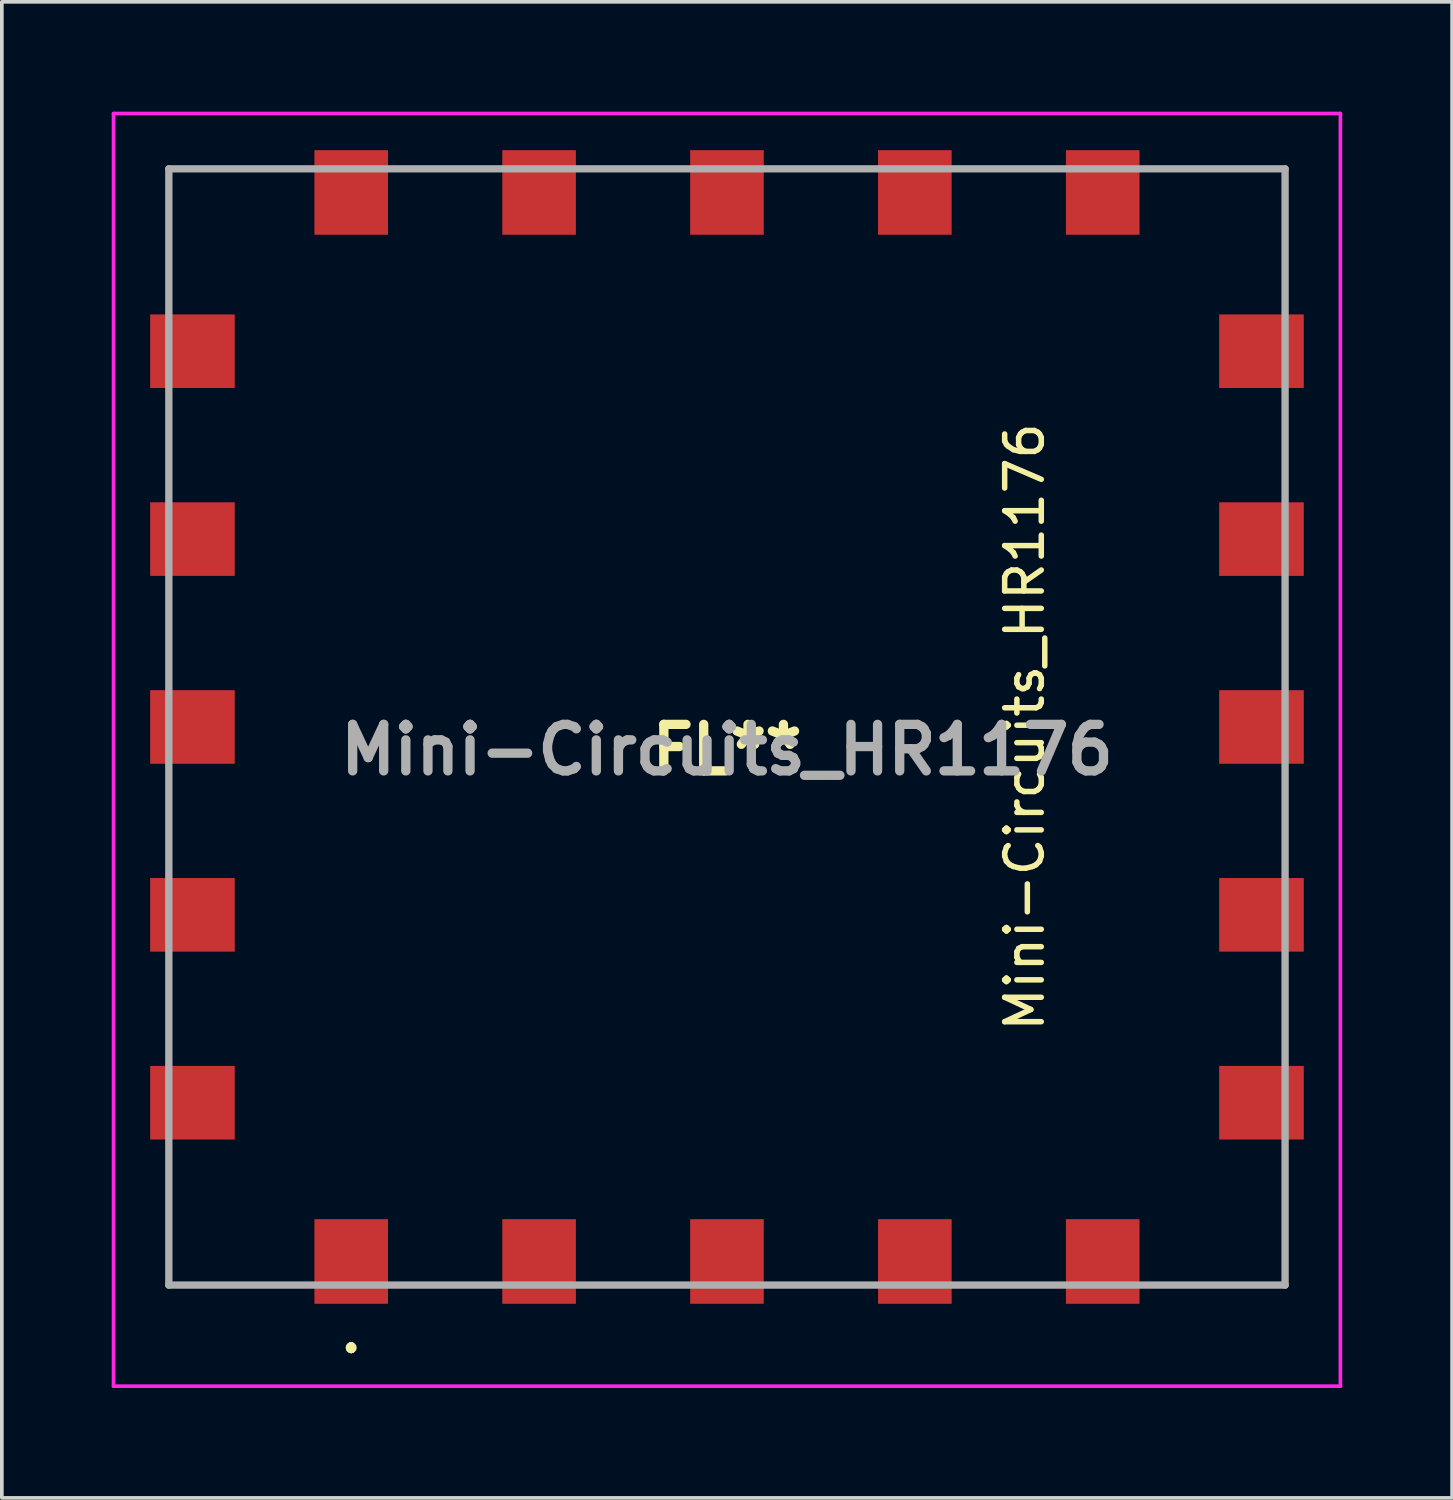
<source format=kicad_pcb>
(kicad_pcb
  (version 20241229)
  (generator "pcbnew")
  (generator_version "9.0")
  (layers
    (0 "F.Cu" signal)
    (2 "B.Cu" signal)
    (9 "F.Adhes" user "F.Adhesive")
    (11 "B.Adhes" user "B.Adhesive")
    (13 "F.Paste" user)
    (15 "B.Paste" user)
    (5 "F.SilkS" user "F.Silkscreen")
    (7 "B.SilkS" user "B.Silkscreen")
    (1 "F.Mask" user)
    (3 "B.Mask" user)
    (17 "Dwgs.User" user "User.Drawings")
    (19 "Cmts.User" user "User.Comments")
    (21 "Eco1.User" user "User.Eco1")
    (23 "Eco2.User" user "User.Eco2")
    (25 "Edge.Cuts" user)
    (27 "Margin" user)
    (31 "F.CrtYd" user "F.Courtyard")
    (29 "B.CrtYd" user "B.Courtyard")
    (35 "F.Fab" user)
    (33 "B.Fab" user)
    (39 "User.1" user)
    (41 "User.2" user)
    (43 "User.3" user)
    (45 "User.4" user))
  (footprint "Mini-Circuits_HR1176"
    (layer "F.Cu")
    (at 16.8 16.8)
    (property "Reference" "Mini-Circuits_HR1176" (at 8.128 0 270) (layer "F.SilkS") (effects (font (size 1 1) (thickness 0.15))))
    (attr smd)
    (fp_line (start -15.25 -15.24) (end -15.25 -12) (stroke (width 0.1) (type solid)) (layer "F.SilkS"))
    (fp_line (start -15.25 -12) (end -15.24 -12) (stroke (width 0.1) (type solid)) (layer "F.SilkS"))
    (fp_line (start -15.25 12) (end -15.25 12) (stroke (width 0.1) (type solid)) (layer "F.SilkS"))
    (fp_line (start -15.25 12) (end -15.25 15.25) (stroke (width 0.1) (type solid)) (layer "F.SilkS"))
    (fp_line (start -15.25 15.25) (end -15.25 12) (stroke (width 0.1) (type solid)) (layer "F.SilkS"))
    (fp_line (start -15.25 15.25) (end -15.25 15.25) (stroke (width 0.1) (type solid)) (layer "F.SilkS"))
    (fp_line (start -15.25 15.25) (end -15.25 15.25) (stroke (width 0.1) (type solid)) (layer "F.SilkS"))
    (fp_line (start -15.25 15.25) (end -12 15.25) (stroke (width 0.1) (type solid)) (layer "F.SilkS"))
    (fp_line (start -15.24 -15.24) (end -15.25 -15.24) (stroke (width 0.1) (type solid)) (layer "F.SilkS"))
    (fp_line (start -15.24 -15.24) (end -15.24 -15.24) (stroke (width 0.1) (type solid)) (layer "F.SilkS"))
    (fp_line (start -15.24 -15.24) (end -12 -15.24) (stroke (width 0.1) (type solid)) (layer "F.SilkS"))
    (fp_line (start -15.24 -12) (end -15.24 -15.24) (stroke (width 0.1) (type solid)) (layer "F.SilkS"))
    (fp_line (start -15.24 -8.75) (end -15.24 -8.75) (stroke (width 0.1) (type solid)) (layer "F.SilkS"))
    (fp_line (start -15.24 -8.75) (end -15.24 -6.75) (stroke (width 0.1) (type solid)) (layer "F.SilkS"))
    (fp_line (start -15.24 -6.75) (end -15.24 -8.75) (stroke (width 0.1) (type solid)) (layer "F.SilkS"))
    (fp_line (start -15.24 -6.75) (end -15.24 -6.75) (stroke (width 0.1) (type solid)) (layer "F.SilkS"))
    (fp_line (start -15.24 -3.5) (end -15.24 -3.5) (stroke (width 0.1) (type solid)) (layer "F.SilkS"))
    (fp_line (start -15.24 -3.5) (end -15.24 -1.75) (stroke (width 0.1) (type solid)) (layer "F.SilkS"))
    (fp_line (start -15.24 -1.75) (end -15.24 -3.5) (stroke (width 0.1) (type solid)) (layer "F.SilkS"))
    (fp_line (start -15.24 -1.75) (end -15.24 -1.75) (stroke (width 0.1) (type solid)) (layer "F.SilkS"))
    (fp_line (start -15.24 1.75) (end -15.24 1.75) (stroke (width 0.1) (type solid)) (layer "F.SilkS"))
    (fp_line (start -15.24 1.75) (end -15.24 3.5) (stroke (width 0.1) (type solid)) (layer "F.SilkS"))
    (fp_line (start -15.24 3.5) (end -15.24 1.75) (stroke (width 0.1) (type solid)) (layer "F.SilkS"))
    (fp_line (start -15.24 3.5) (end -15.24 3.5) (stroke (width 0.1) (type solid)) (layer "F.SilkS"))
    (fp_line (start -15.24 6.75) (end -15.24 6.75) (stroke (width 0.1) (type solid)) (layer "F.SilkS"))
    (fp_line (start -15.24 6.75) (end -15.24 8.75) (stroke (width 0.1) (type solid)) (layer "F.SilkS"))
    (fp_line (start -15.24 8.75) (end -15.24 6.75) (stroke (width 0.1) (type solid)) (layer "F.SilkS"))
    (fp_line (start -15.24 8.75) (end -15.24 8.75) (stroke (width 0.1) (type solid)) (layer "F.SilkS"))
    (fp_line (start -12 -15.24) (end -15.24 -15.24) (stroke (width 0.1) (type solid)) (layer "F.SilkS"))
    (fp_line (start -12 -15.24) (end -12 -15.24) (stroke (width 0.1) (type solid)) (layer "F.SilkS"))
    (fp_line (start -12 15.25) (end -15.25 15.25) (stroke (width 0.1) (type solid)) (layer "F.SilkS"))
    (fp_line (start -12 15.25) (end -12 15.25) (stroke (width 0.1) (type solid)) (layer "F.SilkS"))
    (fp_line (start -10.26 16.9) (end -10.26 16.9) (stroke (width 0.2) (type solid)) (layer "F.SilkS"))
    (fp_line (start -10.26 16.9) (end -10.26 16.9) (stroke (width 0.2) (type solid)) (layer "F.SilkS"))
    (fp_line (start -10.26 17) (end -10.26 17) (stroke (width 0.2) (type solid)) (layer "F.SilkS"))
    (fp_line (start -8.75 -15.24) (end -8.75 -15.24) (stroke (width 0.1) (type solid)) (layer "F.SilkS"))
    (fp_line (start -8.75 -15.24) (end -6.75 -15.24) (stroke (width 0.1) (type solid)) (layer "F.SilkS"))
    (fp_line (start -8.75 15.24) (end -8.75 15.24) (stroke (width 0.1) (type solid)) (layer "F.SilkS"))
    (fp_line (start -8.75 15.24) (end -6.75 15.24) (stroke (width 0.1) (type solid)) (layer "F.SilkS"))
    (fp_line (start -6.75 -15.24) (end -8.75 -15.24) (stroke (width 0.1) (type solid)) (layer "F.SilkS"))
    (fp_line (start -6.75 -15.24) (end -6.75 -15.24) (stroke (width 0.1) (type solid)) (layer "F.SilkS"))
    (fp_line (start -6.75 15.24) (end -8.75 15.24) (stroke (width 0.1) (type solid)) (layer "F.SilkS"))
    (fp_line (start -6.75 15.24) (end -6.75 15.24) (stroke (width 0.1) (type solid)) (layer "F.SilkS"))
    (fp_line (start -3.5 -15.24) (end -3.5 -15.24) (stroke (width 0.1) (type solid)) (layer "F.SilkS"))
    (fp_line (start -3.5 -15.24) (end -1.75 -15.24) (stroke (width 0.1) (type solid)) (layer "F.SilkS"))
    (fp_line (start -3.5 15.25) (end -3.5 15.25) (stroke (width 0.1) (type solid)) (layer "F.SilkS"))
    (fp_line (start -3.5 15.25) (end -1.75 15.25) (stroke (width 0.1) (type solid)) (layer "F.SilkS"))
    (fp_line (start -1.75 -15.24) (end -3.5 -15.24) (stroke (width 0.1) (type solid)) (layer "F.SilkS"))
    (fp_line (start -1.75 -15.24) (end -1.75 -15.24) (stroke (width 0.1) (type solid)) (layer "F.SilkS"))
    (fp_line (start -1.75 15.25) (end -3.5 15.25) (stroke (width 0.1) (type solid)) (layer "F.SilkS"))
    (fp_line (start -1.75 15.25) (end -1.75 15.25) (stroke (width 0.1) (type solid)) (layer "F.SilkS"))
    (fp_line (start 1.75 -15.24) (end 1.75 -15.24) (stroke (width 0.1) (type solid)) (layer "F.SilkS"))
    (fp_line (start 1.75 -15.24) (end 3.5 -15.24) (stroke (width 0.1) (type solid)) (layer "F.SilkS"))
    (fp_line (start 1.75 15.25) (end 1.75 15.25) (stroke (width 0.1) (type solid)) (layer "F.SilkS"))
    (fp_line (start 1.75 15.25) (end 3.5 15.25) (stroke (width 0.1) (type solid)) (layer "F.SilkS"))
    (fp_line (start 3.5 -15.24) (end 1.75 -15.24) (stroke (width 0.1) (type solid)) (layer "F.SilkS"))
    (fp_line (start 3.5 -15.24) (end 3.5 -15.24) (stroke (width 0.1) (type solid)) (layer "F.SilkS"))
    (fp_line (start 3.5 15.25) (end 1.75 15.25) (stroke (width 0.1) (type solid)) (layer "F.SilkS"))
    (fp_line (start 3.5 15.25) (end 3.5 15.25) (stroke (width 0.1) (type solid)) (layer "F.SilkS"))
    (fp_line (start 6.75 -15.24) (end 6.75 -15.24) (stroke (width 0.1) (type solid)) (layer "F.SilkS"))
    (fp_line (start 6.75 -15.24) (end 8.75 -15.24) (stroke (width 0.1) (type solid)) (layer "F.SilkS"))
    (fp_line (start 6.75 15.24) (end 6.75 15.24) (stroke (width 0.1) (type solid)) (layer "F.SilkS"))
    (fp_line (start 6.75 15.24) (end 8.5 15.24) (stroke (width 0.1) (type solid)) (layer "F.SilkS"))
    (fp_line (start 8.5 15.24) (end 6.75 15.24) (stroke (width 0.1) (type solid)) (layer "F.SilkS"))
    (fp_line (start 8.5 15.24) (end 8.5 15.24) (stroke (width 0.1) (type solid)) (layer "F.SilkS"))
    (fp_line (start 8.75 -15.24) (end 6.75 -15.24) (stroke (width 0.1) (type solid)) (layer "F.SilkS"))
    (fp_line (start 8.75 -15.24) (end 8.75 -15.24) (stroke (width 0.1) (type solid)) (layer "F.SilkS"))
    (fp_line (start 12 -15.25) (end 15.24 -15.25) (stroke (width 0.1) (type solid)) (layer "F.SilkS"))
    (fp_line (start 12 -15.24) (end 12 -15.25) (stroke (width 0.1) (type solid)) (layer "F.SilkS"))
    (fp_line (start 12 15.25) (end 12 15.25) (stroke (width 0.1) (type solid)) (layer "F.SilkS"))
    (fp_line (start 12 15.25) (end 15.25 15.25) (stroke (width 0.1) (type solid)) (layer "F.SilkS"))
    (fp_line (start 15.24 -15.25) (end 15.24 -15.24) (stroke (width 0.1) (type solid)) (layer "F.SilkS"))
    (fp_line (start 15.24 -15.24) (end 12 -15.24) (stroke (width 0.1) (type solid)) (layer "F.SilkS"))
    (fp_line (start 15.24 -15.24) (end 15.25 -15.24) (stroke (width 0.1) (type solid)) (layer "F.SilkS"))
    (fp_line (start 15.24 -12) (end 15.24 -15.24) (stroke (width 0.1) (type solid)) (layer "F.SilkS"))
    (fp_line (start 15.24 -8.75) (end 15.24 -8.75) (stroke (width 0.1) (type solid)) (layer "F.SilkS"))
    (fp_line (start 15.24 -8.75) (end 15.24 -6.75) (stroke (width 0.1) (type solid)) (layer "F.SilkS"))
    (fp_line (start 15.24 -6.75) (end 15.24 -8.75) (stroke (width 0.1) (type solid)) (layer "F.SilkS"))
    (fp_line (start 15.24 -6.75) (end 15.24 -6.75) (stroke (width 0.1) (type solid)) (layer "F.SilkS"))
    (fp_line (start 15.24 -3.5) (end 15.24 -3.5) (stroke (width 0.1) (type solid)) (layer "F.SilkS"))
    (fp_line (start 15.24 -3.5) (end 15.24 -1.75) (stroke (width 0.1) (type solid)) (layer "F.SilkS"))
    (fp_line (start 15.24 -1.75) (end 15.24 -3.5) (stroke (width 0.1) (type solid)) (layer "F.SilkS"))
    (fp_line (start 15.24 -1.75) (end 15.24 -1.75) (stroke (width 0.1) (type solid)) (layer "F.SilkS"))
    (fp_line (start 15.24 1.75) (end 15.24 1.75) (stroke (width 0.1) (type solid)) (layer "F.SilkS"))
    (fp_line (start 15.24 1.75) (end 15.24 3.5) (stroke (width 0.1) (type solid)) (layer "F.SilkS"))
    (fp_line (start 15.24 3.5) (end 15.24 1.75) (stroke (width 0.1) (type solid)) (layer "F.SilkS"))
    (fp_line (start 15.24 3.5) (end 15.24 3.5) (stroke (width 0.1) (type solid)) (layer "F.SilkS"))
    (fp_line (start 15.24 6.75) (end 15.25 6.75) (stroke (width 0.1) (type solid)) (layer "F.SilkS"))
    (fp_line (start 15.24 8.5) (end 15.24 6.75) (stroke (width 0.1) (type solid)) (layer "F.SilkS"))
    (fp_line (start 15.25 -15.24) (end 15.25 -12) (stroke (width 0.1) (type solid)) (layer "F.SilkS"))
    (fp_line (start 15.25 -12) (end 15.24 -12) (stroke (width 0.1) (type solid)) (layer "F.SilkS"))
    (fp_line (start 15.25 6.75) (end 15.25 8.5) (stroke (width 0.1) (type solid)) (layer "F.SilkS"))
    (fp_line (start 15.25 8.5) (end 15.24 8.5) (stroke (width 0.1) (type solid)) (layer "F.SilkS"))
    (fp_line (start 15.25 12) (end 15.25 12) (stroke (width 0.1) (type solid)) (layer "F.SilkS"))
    (fp_line (start 15.25 12) (end 15.25 15.25) (stroke (width 0.1) (type solid)) (layer "F.SilkS"))
    (fp_line (start 15.25 15.25) (end 12 15.25) (stroke (width 0.1) (type solid)) (layer "F.SilkS"))
    (fp_line (start 15.25 15.25) (end 15.25 12) (stroke (width 0.1) (type solid)) (layer "F.SilkS"))
    (fp_line (start 15.25 15.25) (end 15.25 15.25) (stroke (width 0.1) (type solid)) (layer "F.SilkS"))
    (fp_line (start 15.25 15.25) (end 15.25 15.25) (stroke (width 0.1) (type solid)) (layer "F.SilkS"))
    (fp_arc (start -10.26 16.9) (mid -10.21 16.95) (end -10.26 17) (stroke (width 0.2) (type solid)) (layer "F.SilkS"))
    (fp_arc (start -10.26 17) (mid -10.31 16.95) (end -10.26 16.9) (stroke (width 0.2) (type solid)) (layer "F.SilkS"))
    (fp_arc (start -10.26 17) (mid -10.31 16.95) (end -10.26 16.9) (stroke (width 0.2) (type solid)) (layer "F.SilkS"))
    (fp_line (start -16.75 -16.75) (end 16.75 -16.75) (stroke (width 0.1) (type solid)) (layer "F.CrtYd"))
    (fp_line (start -16.75 18) (end -16.75 -16.75) (stroke (width 0.1) (type solid)) (layer "F.CrtYd"))
    (fp_line (start 16.75 -16.75) (end 16.75 18) (stroke (width 0.1) (type solid)) (layer "F.CrtYd"))
    (fp_line (start 16.75 18) (end -16.75 18) (stroke (width 0.1) (type solid)) (layer "F.CrtYd"))
    (fp_line (start -15.24 -15.24) (end -15.24 15.24) (stroke (width 0.2) (type solid)) (layer "F.Fab"))
    (fp_line (start -15.24 15.24) (end 15.24 15.24) (stroke (width 0.2) (type solid)) (layer "F.Fab"))
    (fp_line (start 15.24 -15.24) (end -15.24 -15.24) (stroke (width 0.2) (type solid)) (layer "F.Fab"))
    (fp_line (start 15.24 15.24) (end 15.24 -15.24) (stroke (width 0.2) (type solid)) (layer "F.Fab"))
    (fp_text user "FL**" (at 0 0.625 0) (layer "F.SilkS") (effects (font (size 1.27 1.27) (thickness 0.254))))
    (fp_text user "${REFERENCE}" (at 0 0.625 0) (layer "F.Fab") (effects (font (size 1.27 1.27) (thickness 0.254))))
    (pad "1" smd rect (at -10.26 14.595) (size 2.01 2.31) (layers "F.Cu" "F.Mask" "F.Paste"))
    (pad "2" smd rect (at -5.13 14.595) (size 2.01 2.31) (layers "F.Cu" "F.Mask" "F.Paste"))
    (pad "3" smd rect (at 0 14.595) (size 2.01 2.31) (layers "F.Cu" "F.Mask" "F.Paste"))
    (pad "4" smd rect (at 5.13 14.595) (size 2.01 2.31) (layers "F.Cu" "F.Mask" "F.Paste"))
    (pad "5" smd rect (at 10.26 14.595) (size 2.01 2.31) (layers "F.Cu" "F.Mask" "F.Paste"))
    (pad "6" smd rect (at 14.595 10.26 90) (size 2.01 2.31) (layers "F.Cu" "F.Mask" "F.Paste"))
    (pad "7" smd rect (at 14.595 5.13 90) (size 2.01 2.31) (layers "F.Cu" "F.Mask" "F.Paste"))
    (pad "8" smd rect (at 14.595 0 90) (size 2.01 2.31) (layers "F.Cu" "F.Mask" "F.Paste"))
    (pad "9" smd rect (at 14.595 -5.13 90) (size 2.01 2.31) (layers "F.Cu" "F.Mask" "F.Paste"))
    (pad "10" smd rect (at 14.595 -10.26 90) (size 2.01 2.31) (layers "F.Cu" "F.Mask" "F.Paste"))
    (pad "11" smd rect (at 10.26 -14.595) (size 2.01 2.31) (layers "F.Cu" "F.Mask" "F.Paste"))
    (pad "12" smd rect (at 5.13 -14.595) (size 2.01 2.31) (layers "F.Cu" "F.Mask" "F.Paste"))
    (pad "13" smd rect (at 0 -14.595) (size 2.01 2.31) (layers "F.Cu" "F.Mask" "F.Paste"))
    (pad "14" smd rect (at -5.13 -14.595) (size 2.01 2.31) (layers "F.Cu" "F.Mask" "F.Paste"))
    (pad "15" smd rect (at -10.26 -14.595) (size 2.01 2.31) (layers "F.Cu" "F.Mask" "F.Paste"))
    (pad "16" smd rect (at -14.595 -10.26 90) (size 2.01 2.31) (layers "F.Cu" "F.Mask" "F.Paste"))
    (pad "17" smd rect (at -14.595 -5.13 90) (size 2.01 2.31) (layers "F.Cu" "F.Mask" "F.Paste"))
    (pad "18" smd rect (at -14.595 0 90) (size 2.01 2.31) (layers "F.Cu" "F.Mask" "F.Paste"))
    (pad "19" smd rect (at -14.595 5.13 90) (size 2.01 2.31) (layers "F.Cu" "F.Mask" "F.Paste"))
    (pad "20" smd rect (at -14.595 10.26 90) (size 2.01 2.31) (layers "F.Cu" "F.Mask" "F.Paste")))
  (gr_rect
    (start -3 -3)
    (end 36.6 37.85)
    (stroke (width 0.1) (type default))
    (fill no)
    (layer "Edge.Cuts")))
</source>
